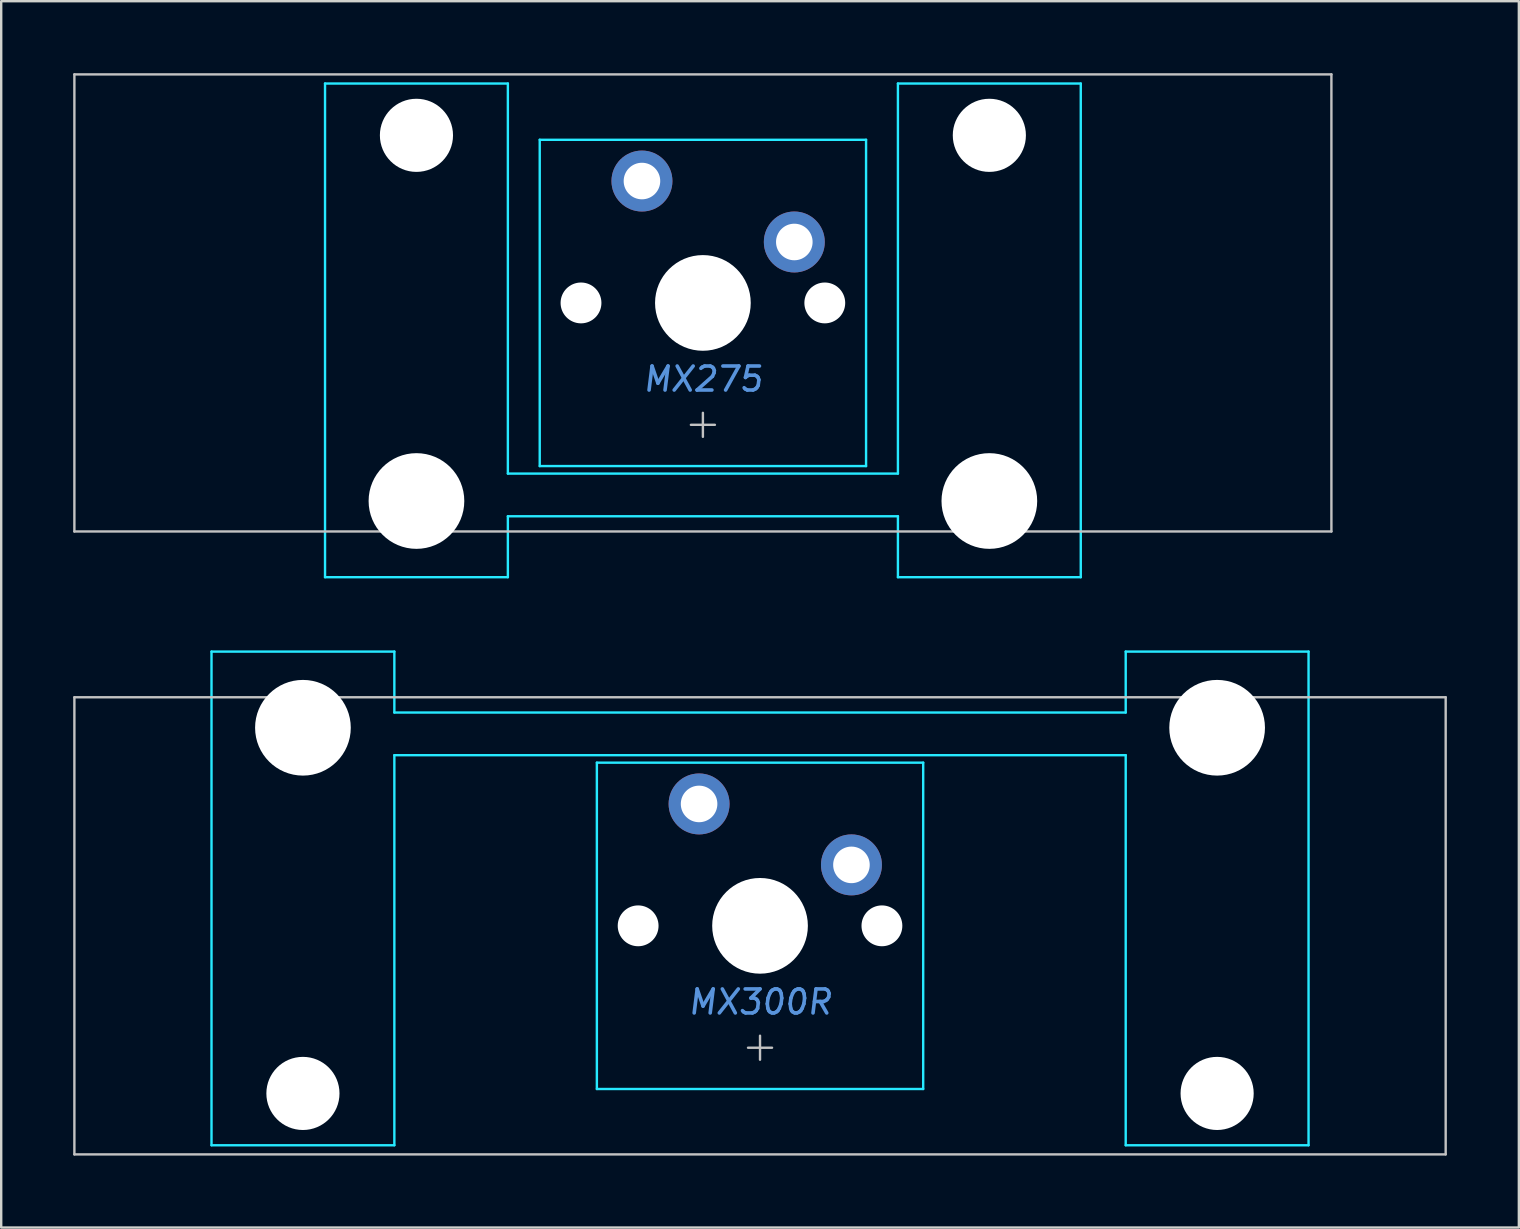
<source format=kicad_pcb>
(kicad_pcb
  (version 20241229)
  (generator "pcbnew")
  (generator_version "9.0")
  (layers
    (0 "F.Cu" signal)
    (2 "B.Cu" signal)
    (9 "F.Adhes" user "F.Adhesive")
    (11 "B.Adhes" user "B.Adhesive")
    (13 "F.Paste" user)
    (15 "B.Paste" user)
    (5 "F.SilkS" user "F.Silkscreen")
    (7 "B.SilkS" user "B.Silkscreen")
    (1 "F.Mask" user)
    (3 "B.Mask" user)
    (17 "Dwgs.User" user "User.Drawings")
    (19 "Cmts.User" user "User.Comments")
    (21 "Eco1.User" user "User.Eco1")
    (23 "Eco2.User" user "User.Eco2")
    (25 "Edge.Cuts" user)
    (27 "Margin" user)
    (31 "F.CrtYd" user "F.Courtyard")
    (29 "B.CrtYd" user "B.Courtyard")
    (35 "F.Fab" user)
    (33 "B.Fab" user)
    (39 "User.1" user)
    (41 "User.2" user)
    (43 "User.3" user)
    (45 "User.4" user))
  (footprint "MX300R"
    (layer "F.Cu")
    (at 28.625 35.535)
    (property "Reference" "MX300R" (at 0 3.175 0) (layer "Cmts.User") (effects (font (size 1 1) (thickness 0.15) (italic yes))))
    (attr through_hole)
    (fp_line (start -28.575 -9.525) (end -28.575 9.525) (stroke (width 0.1) (type solid)) (layer "Dwgs.User"))
    (fp_line (start -28.575 -9.525) (end 28.575 -9.525) (stroke (width 0.1) (type solid)) (layer "Dwgs.User"))
    (fp_line (start -28.575 9.525) (end 28.575 9.525) (stroke (width 0.1) (type solid)) (layer "Dwgs.User"))
    (fp_line (start -0.5 5.08) (end 0.5 5.08) (stroke (width 0.1) (type solid)) (layer "Dwgs.User"))
    (fp_line (start 0 5.58) (end 0 4.58) (stroke (width 0.1) (type solid)) (layer "Dwgs.User"))
    (fp_line (start 28.575 -9.525) (end 28.575 9.525) (stroke (width 0.1) (type solid)) (layer "Dwgs.User"))
    (fp_line (start -22.55 -8.515) (end -22.55 5.485) (stroke (width 0.1) (type solid)) (layer "Eco1.User"))
    (fp_line (start -22.05 -9.015) (end -16.05 -9.015) (stroke (width 0.1) (type solid)) (layer "Eco1.User"))
    (fp_line (start -16.05 5.985) (end -22.05 5.985) (stroke (width 0.1) (type solid)) (layer "Eco1.User"))
    (fp_line (start -15.55 5.485) (end -15.55 -8.515) (stroke (width 0.1) (type solid)) (layer "Eco1.User"))
    (fp_line (start -7 -6.5) (end -7 6.5) (stroke (width 0.1) (type solid)) (layer "Eco1.User"))
    (fp_line (start -6.5 7) (end 6.5 7) (stroke (width 0.1) (type solid)) (layer "Eco1.User"))
    (fp_line (start 6.5 -7) (end -6.5 -7) (stroke (width 0.1) (type solid)) (layer "Eco1.User"))
    (fp_line (start 7 6.5) (end 7 -6.5) (stroke (width 0.1) (type solid)) (layer "Eco1.User"))
    (fp_line (start 15.55 -8.515) (end 15.55 5.485) (stroke (width 0.1) (type solid)) (layer "Eco1.User"))
    (fp_line (start 16.05 -9.015) (end 22.05 -9.015) (stroke (width 0.1) (type solid)) (layer "Eco1.User"))
    (fp_line (start 22.05 5.985) (end 16.05 5.985) (stroke (width 0.1) (type solid)) (layer "Eco1.User"))
    (fp_line (start 22.55 5.485) (end 22.55 -8.515) (stroke (width 0.1) (type solid)) (layer "Eco1.User"))
    (fp_arc (start -22.55 -8.515) (mid -22.403553 -8.868553) (end -22.05 -9.015) (stroke (width 0.1) (type solid)) (layer "Eco1.User"))
    (fp_arc (start -22.05 5.985) (mid -22.403553 5.838553) (end -22.55 5.485) (stroke (width 0.1) (type solid)) (layer "Eco1.User"))
    (fp_arc (start -16.05 -9.015) (mid -15.696447 -8.868553) (end -15.55 -8.515) (stroke (width 0.1) (type solid)) (layer "Eco1.User"))
    (fp_arc (start -15.55 5.485) (mid -15.696447 5.838553) (end -16.05 5.985) (stroke (width 0.1) (type solid)) (layer "Eco1.User"))
    (fp_arc (start -7 -6.5) (mid -6.853553 -6.853553) (end -6.5 -7) (stroke (width 0.1) (type solid)) (layer "Eco1.User"))
    (fp_arc (start -6.5 7) (mid -6.853553 6.853553) (end -7 6.5) (stroke (width 0.1) (type solid)) (layer "Eco1.User"))
    (fp_arc (start 6.5 -7) (mid 6.853553 -6.853553) (end 7 -6.5) (stroke (width 0.1) (type solid)) (layer "Eco1.User"))
    (fp_arc (start 7 6.5) (mid 6.853553 6.853553) (end 6.5 7) (stroke (width 0.1) (type solid)) (layer "Eco1.User"))
    (fp_arc (start 15.55 -8.515) (mid 15.696447 -8.868553) (end 16.05 -9.015) (stroke (width 0.1) (type solid)) (layer "Eco1.User"))
    (fp_arc (start 16.05 5.985) (mid 15.696447 5.838553) (end 15.55 5.485) (stroke (width 0.1) (type solid)) (layer "Eco1.User"))
    (fp_arc (start 22.05 -9.015) (mid 22.403553 -8.868553) (end 22.55 -8.515) (stroke (width 0.1) (type solid)) (layer "Eco1.User"))
    (fp_arc (start 22.55 5.485) (mid 22.403553 5.838553) (end 22.05 5.985) (stroke (width 0.1) (type solid)) (layer "Eco1.User"))
    (fp_line (start -22.86 -11.43) (end -15.24 -11.43) (stroke (width 0.1) (type solid)) (layer "B.CrtYd"))
    (fp_line (start -22.86 9.144) (end -22.86 -11.43) (stroke (width 0.1) (type solid)) (layer "B.CrtYd"))
    (fp_line (start -15.24 -11.43) (end -15.24 -8.89) (stroke (width 0.1) (type solid)) (layer "B.CrtYd"))
    (fp_line (start -15.24 9.144) (end -22.86 9.144) (stroke (width 0.1) (type solid)) (layer "B.CrtYd"))
    (fp_line (start -15.24 9.144) (end -15.24 -7.112) (stroke (width 0.1) (type solid)) (layer "B.CrtYd"))
    (fp_line (start -6.8 6.8) (end -6.8 -6.8) (stroke (width 0.1) (type solid)) (layer "B.CrtYd"))
    (fp_line (start 6.8 -6.8) (end -6.8 -6.8) (stroke (width 0.1) (type solid)) (layer "B.CrtYd"))
    (fp_line (start 6.8 6.8) (end -6.8 6.8) (stroke (width 0.1) (type solid)) (layer "B.CrtYd"))
    (fp_line (start 6.8 6.8) (end 6.8 -6.8) (stroke (width 0.1) (type solid)) (layer "B.CrtYd"))
    (fp_line (start 15.24 -11.43) (end 15.24 -8.89) (stroke (width 0.1) (type solid)) (layer "B.CrtYd"))
    (fp_line (start 15.24 -11.43) (end 22.86 -11.43) (stroke (width 0.1) (type solid)) (layer "B.CrtYd"))
    (fp_line (start 15.24 -8.89) (end -15.24 -8.89) (stroke (width 0.1) (type solid)) (layer "B.CrtYd"))
    (fp_line (start 15.24 -7.112) (end -15.24 -7.112) (stroke (width 0.1) (type solid)) (layer "B.CrtYd"))
    (fp_line (start 15.24 9.144) (end 15.24 -7.112) (stroke (width 0.1) (type solid)) (layer "B.CrtYd"))
    (fp_line (start 22.86 -11.43) (end 22.86 9.144) (stroke (width 0.1) (type solid)) (layer "B.CrtYd"))
    (fp_line (start 22.86 9.144) (end 15.24 9.144) (stroke (width 0.1) (type solid)) (layer "B.CrtYd"))
    (pad "" np_thru_hole circle (at -19.05 -8.255 180) (size 3.988 3.988) (drill 3.988) (layers "*.Cu" "*.Mask"))
    (pad "" np_thru_hole circle (at -19.05 6.985 180) (size 3.048 3.048) (drill 3.048) (layers "*.Cu" "*.Mask"))
    (pad "" np_thru_hole circle (at -5.08 0) (size 1.702 1.702) (drill 1.702) (layers "*.Cu" "*.Mask"))
    (pad "" np_thru_hole circle (at 0 0) (size 3.988 3.988) (drill 3.988) (layers "*.Cu" "*.Mask"))
    (pad "" np_thru_hole circle (at 5.08 0) (size 1.702 1.702) (drill 1.702) (layers "*.Cu" "*.Mask"))
    (pad "" np_thru_hole circle (at 19.05 -8.255 180) (size 3.988 3.988) (drill 3.988) (layers "*.Cu" "*.Mask"))
    (pad "" np_thru_hole circle (at 19.05 6.985 180) (size 3.048 3.048) (drill 3.048) (layers "*.Cu" "*.Mask"))
    (pad "1" thru_hole circle (at -2.54 -5.08) (size 2.54 2.54) (drill 1.524) (layers "*.Cu" "*.Mask"))
    (pad "2" thru_hole circle (at 3.81 -2.54) (size 2.54 2.54) (drill 1.524) (layers "*.Cu" "*.Mask")))
  (footprint "MX275"
    (layer "F.Cu")
    (at 26.244 9.575)
    (property "Reference" "MX275" (at 0 3.175 0) (layer "Cmts.User") (effects (font (size 1 1) (thickness 0.15) (italic yes))))
    (attr through_hole)
    (fp_line (start -26.194 -9.525) (end -26.194 9.525) (stroke (width 0.1) (type solid)) (layer "Dwgs.User"))
    (fp_line (start -26.194 -9.525) (end 26.194 -9.525) (stroke (width 0.1) (type solid)) (layer "Dwgs.User"))
    (fp_line (start -26.194 9.525) (end 26.194 9.525) (stroke (width 0.1) (type solid)) (layer "Dwgs.User"))
    (fp_line (start -0.5 5.08) (end 0.5 5.08) (stroke (width 0.1) (type solid)) (layer "Dwgs.User"))
    (fp_line (start 0 5.58) (end 0 4.58) (stroke (width 0.1) (type solid)) (layer "Dwgs.User"))
    (fp_line (start 26.194 -9.525) (end 26.194 9.525) (stroke (width 0.1) (type solid)) (layer "Dwgs.User"))
    (fp_line (start -15.438 -5.485) (end -15.438 8.515) (stroke (width 0.1) (type solid)) (layer "Eco1.User"))
    (fp_line (start -14.938 -5.985) (end -8.938 -5.985) (stroke (width 0.1) (type solid)) (layer "Eco1.User"))
    (fp_line (start -8.938 9.015) (end -14.938 9.015) (stroke (width 0.1) (type solid)) (layer "Eco1.User"))
    (fp_line (start -8.438 8.515) (end -8.438 -5.485) (stroke (width 0.1) (type solid)) (layer "Eco1.User"))
    (fp_line (start -7 -6.5) (end -7 6.5) (stroke (width 0.1) (type solid)) (layer "Eco1.User"))
    (fp_line (start -6.5 7) (end 6.5 7) (stroke (width 0.1) (type solid)) (layer "Eco1.User"))
    (fp_line (start 6.5 -7) (end -6.5 -7) (stroke (width 0.1) (type solid)) (layer "Eco1.User"))
    (fp_line (start 7 6.5) (end 7 -6.5) (stroke (width 0.1) (type solid)) (layer "Eco1.User"))
    (fp_line (start 8.438 -5.485) (end 8.438 8.515) (stroke (width 0.1) (type solid)) (layer "Eco1.User"))
    (fp_line (start 8.938 -5.985) (end 14.938 -5.985) (stroke (width 0.1) (type solid)) (layer "Eco1.User"))
    (fp_line (start 14.938 9.015) (end 8.938 9.015) (stroke (width 0.1) (type solid)) (layer "Eco1.User"))
    (fp_line (start 15.438 8.515) (end 15.438 -5.485) (stroke (width 0.1) (type solid)) (layer "Eco1.User"))
    (fp_arc (start -15.438 -5.485) (mid -15.291553 -5.838553) (end -14.938 -5.985) (stroke (width 0.1) (type solid)) (layer "Eco1.User"))
    (fp_arc (start -14.938 9.015) (mid -15.291553 8.868553) (end -15.438 8.515) (stroke (width 0.1) (type solid)) (layer "Eco1.User"))
    (fp_arc (start -8.938 -5.985) (mid -8.584447 -5.838553) (end -8.438 -5.485) (stroke (width 0.1) (type solid)) (layer "Eco1.User"))
    (fp_arc (start -8.438 8.515) (mid -8.584447 8.868553) (end -8.938 9.015) (stroke (width 0.1) (type solid)) (layer "Eco1.User"))
    (fp_arc (start -7 -6.5) (mid -6.853553 -6.853553) (end -6.5 -7) (stroke (width 0.1) (type solid)) (layer "Eco1.User"))
    (fp_arc (start -6.5 7) (mid -6.853553 6.853553) (end -7 6.5) (stroke (width 0.1) (type solid)) (layer "Eco1.User"))
    (fp_arc (start 6.5 -7) (mid 6.853553 -6.853553) (end 7 -6.5) (stroke (width 0.1) (type solid)) (layer "Eco1.User"))
    (fp_arc (start 7 6.5) (mid 6.853553 6.853553) (end 6.5 7) (stroke (width 0.1) (type solid)) (layer "Eco1.User"))
    (fp_arc (start 8.438 -5.485) (mid 8.584447 -5.838553) (end 8.938 -5.985) (stroke (width 0.1) (type solid)) (layer "Eco1.User"))
    (fp_arc (start 8.938 9.015) (mid 8.584447 8.868553) (end 8.438 8.515) (stroke (width 0.1) (type solid)) (layer "Eco1.User"))
    (fp_arc (start 14.938 -5.985) (mid 15.291553 -5.838553) (end 15.438 -5.485) (stroke (width 0.1) (type solid)) (layer "Eco1.User"))
    (fp_arc (start 15.438 8.515) (mid 15.291553 8.868553) (end 14.938 9.015) (stroke (width 0.1) (type solid)) (layer "Eco1.User"))
    (fp_line (start -15.748 -9.144) (end -8.128 -9.144) (stroke (width 0.1) (type solid)) (layer "B.CrtYd"))
    (fp_line (start -15.748 11.43) (end -15.748 -9.144) (stroke (width 0.1) (type solid)) (layer "B.CrtYd"))
    (fp_line (start -8.128 -9.144) (end -8.128 7.112) (stroke (width 0.1) (type solid)) (layer "B.CrtYd"))
    (fp_line (start -8.128 7.112) (end 8.128 7.112) (stroke (width 0.1) (type solid)) (layer "B.CrtYd"))
    (fp_line (start -8.128 8.89) (end 8.128 8.89) (stroke (width 0.1) (type solid)) (layer "B.CrtYd"))
    (fp_line (start -8.128 11.43) (end -15.748 11.43) (stroke (width 0.1) (type solid)) (layer "B.CrtYd"))
    (fp_line (start -8.128 11.43) (end -8.128 8.89) (stroke (width 0.1) (type solid)) (layer "B.CrtYd"))
    (fp_line (start -6.8 6.8) (end -6.8 -6.8) (stroke (width 0.1) (type solid)) (layer "B.CrtYd"))
    (fp_line (start 6.8 -6.8) (end -6.8 -6.8) (stroke (width 0.1) (type solid)) (layer "B.CrtYd"))
    (fp_line (start 6.8 6.8) (end -6.8 6.8) (stroke (width 0.1) (type solid)) (layer "B.CrtYd"))
    (fp_line (start 6.8 6.8) (end 6.8 -6.8) (stroke (width 0.1) (type solid)) (layer "B.CrtYd"))
    (fp_line (start 8.128 -9.144) (end 8.128 7.112) (stroke (width 0.1) (type solid)) (layer "B.CrtYd"))
    (fp_line (start 8.128 -9.144) (end 15.748 -9.144) (stroke (width 0.1) (type solid)) (layer "B.CrtYd"))
    (fp_line (start 8.128 11.43) (end 8.128 8.89) (stroke (width 0.1) (type solid)) (layer "B.CrtYd"))
    (fp_line (start 15.748 -9.144) (end 15.748 11.43) (stroke (width 0.1) (type solid)) (layer "B.CrtYd"))
    (fp_line (start 15.748 11.43) (end 8.128 11.43) (stroke (width 0.1) (type solid)) (layer "B.CrtYd"))
    (pad "" np_thru_hole circle (at -11.938 -6.985) (size 3.048 3.048) (drill 3.048) (layers "*.Cu" "*.Mask"))
    (pad "" np_thru_hole circle (at -11.938 8.255) (size 3.988 3.988) (drill 3.988) (layers "*.Cu" "*.Mask"))
    (pad "" np_thru_hole circle (at -5.08 0) (size 1.702 1.702) (drill 1.702) (layers "*.Cu" "*.Mask"))
    (pad "" connect circle (at -2.54 -5.08) (size 1.524 1.524) (layers "B.Mask"))
    (pad "" np_thru_hole circle (at 0 0) (size 3.988 3.988) (drill 3.988) (layers "*.Cu" "*.Mask"))
    (pad "" connect circle (at 3.81 -2.54) (size 1.524 1.524) (layers "B.Mask"))
    (pad "" np_thru_hole circle (at 5.08 0) (size 1.702 1.702) (drill 1.702) (layers "*.Cu" "*.Mask"))
    (pad "" np_thru_hole circle (at 11.938 -6.985) (size 3.048 3.048) (drill 3.048) (layers "*.Cu" "*.Mask"))
    (pad "" np_thru_hole circle (at 11.938 8.255) (size 3.988 3.988) (drill 3.988) (layers "*.Cu" "*.Mask"))
    (pad "1" thru_hole circle (at -2.54 -5.08) (size 2.54 2.54) (drill 1.524) (layers "*.Cu" "F.Mask"))
    (pad "2" thru_hole circle (at 3.81 -2.54) (size 2.54 2.54) (drill 1.524) (layers "*.Cu" "F.Mask")))
  (gr_rect
    (start -3 -3)
    (end 60.25 48.11)
    (stroke (width 0.1) (type default))
    (fill no)
    (layer "Edge.Cuts")))
</source>
